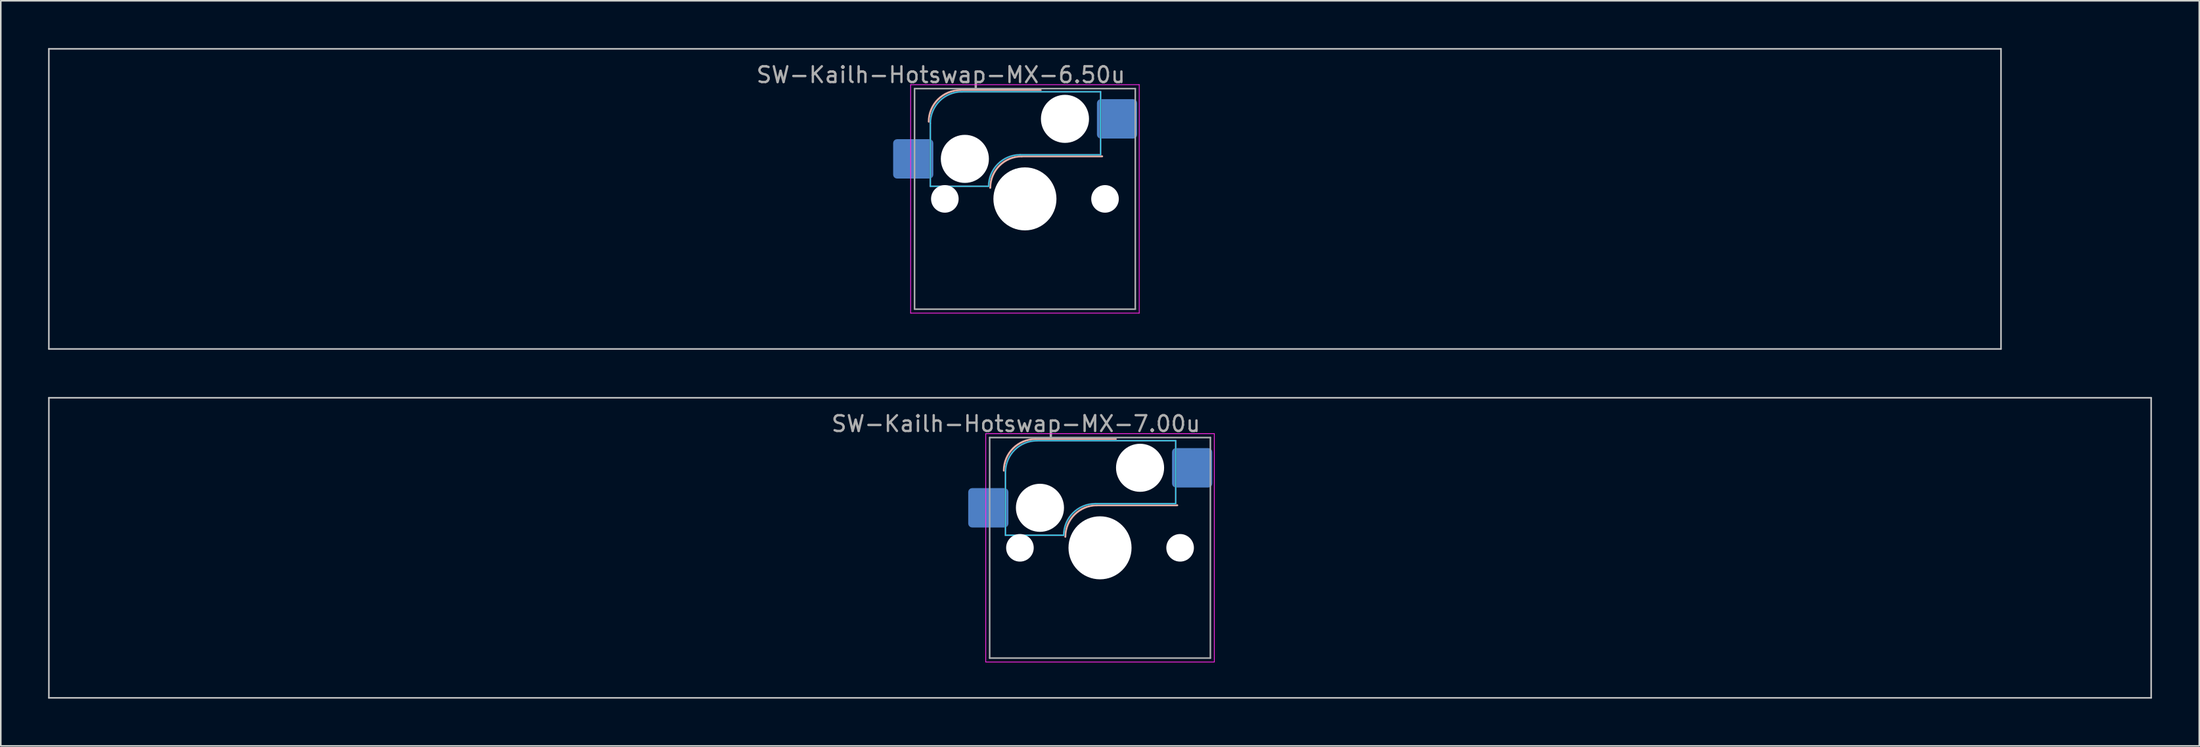
<source format=kicad_pcb>
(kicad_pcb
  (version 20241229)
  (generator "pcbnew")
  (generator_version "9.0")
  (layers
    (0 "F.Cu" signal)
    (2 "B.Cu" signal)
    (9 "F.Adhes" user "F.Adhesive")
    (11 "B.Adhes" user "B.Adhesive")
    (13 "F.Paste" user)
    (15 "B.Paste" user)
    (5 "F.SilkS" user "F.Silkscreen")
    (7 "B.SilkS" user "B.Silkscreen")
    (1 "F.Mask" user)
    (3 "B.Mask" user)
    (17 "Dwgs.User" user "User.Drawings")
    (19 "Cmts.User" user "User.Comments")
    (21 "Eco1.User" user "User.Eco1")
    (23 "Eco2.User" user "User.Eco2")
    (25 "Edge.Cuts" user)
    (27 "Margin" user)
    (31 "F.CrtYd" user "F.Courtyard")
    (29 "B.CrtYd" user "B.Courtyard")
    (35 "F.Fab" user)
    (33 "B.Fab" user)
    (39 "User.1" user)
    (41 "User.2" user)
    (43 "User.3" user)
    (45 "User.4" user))
  (footprint "SW-Kailh-Hotswap-MX-7.00u"
    (layer "F.Cu")
    (at 66.725 31.725)
    (property "Reference" "SW-Kailh-Hotswap-MX-7.00u" (at -5.334 -7.874 0) (layer "F.Fab") (effects (font (size 1 1) (thickness 0.15))))
    (attr smd)
    (fp_line (start -4.1 -6.9) (end 1 -6.9) (stroke (width 0.12) (type solid)) (layer "B.SilkS"))
    (fp_line (start -0.2 -2.7) (end 4.9 -2.7) (stroke (width 0.12) (type solid)) (layer "B.SilkS"))
    (fp_arc (start -6.1 -4.9) (mid -5.514214 -6.314214) (end -4.1 -6.9) (stroke (width 0.12) (type solid)) (layer "B.SilkS"))
    (fp_arc (start -2.2 -0.7) (mid -1.614214 -2.114214) (end -0.2 -2.7) (stroke (width 0.12) (type solid)) (layer "B.SilkS"))
    (fp_line (start -66.675 -9.525) (end -66.675 9.525) (stroke (width 0.1) (type solid)) (layer "Dwgs.User"))
    (fp_line (start -66.675 9.525) (end 66.675 9.525) (stroke (width 0.1) (type solid)) (layer "Dwgs.User"))
    (fp_line (start 66.675 -9.525) (end -66.675 -9.525) (stroke (width 0.1) (type solid)) (layer "Dwgs.User"))
    (fp_line (start 66.675 9.525) (end 66.675 -9.525) (stroke (width 0.1) (type solid)) (layer "Dwgs.User"))
    (fp_line (start -7.8 -6) (end -7 -6) (stroke (width 0.1) (type solid)) (layer "Eco1.User"))
    (fp_line (start -7.8 -2.9) (end -7.8 -6) (stroke (width 0.1) (type solid)) (layer "Eco1.User"))
    (fp_line (start -7.8 2.9) (end -7 2.9) (stroke (width 0.1) (type solid)) (layer "Eco1.User"))
    (fp_line (start -7.8 6) (end -7.8 2.9) (stroke (width 0.1) (type solid)) (layer "Eco1.User"))
    (fp_line (start -7 -7) (end 7 -7) (stroke (width 0.1) (type solid)) (layer "Eco1.User"))
    (fp_line (start -7 -6) (end -7 -7) (stroke (width 0.1) (type solid)) (layer "Eco1.User"))
    (fp_line (start -7 -2.9) (end -7.8 -2.9) (stroke (width 0.1) (type solid)) (layer "Eco1.User"))
    (fp_line (start -7 2.9) (end -7 -2.9) (stroke (width 0.1) (type solid)) (layer "Eco1.User"))
    (fp_line (start -7 6) (end -7.8 6) (stroke (width 0.1) (type solid)) (layer "Eco1.User"))
    (fp_line (start -7 7) (end -7 6) (stroke (width 0.1) (type solid)) (layer "Eco1.User"))
    (fp_line (start 7 -7) (end 7 -6) (stroke (width 0.1) (type solid)) (layer "Eco1.User"))
    (fp_line (start 7 -6) (end 7.8 -6) (stroke (width 0.1) (type solid)) (layer "Eco1.User"))
    (fp_line (start 7 -2.9) (end 7 2.9) (stroke (width 0.1) (type solid)) (layer "Eco1.User"))
    (fp_line (start 7 2.9) (end 7.8 2.9) (stroke (width 0.1) (type solid)) (layer "Eco1.User"))
    (fp_line (start 7 6) (end 7 7) (stroke (width 0.1) (type solid)) (layer "Eco1.User"))
    (fp_line (start 7 7) (end -7 7) (stroke (width 0.1) (type solid)) (layer "Eco1.User"))
    (fp_line (start 7.8 -6) (end 7.8 -2.9) (stroke (width 0.1) (type solid)) (layer "Eco1.User"))
    (fp_line (start 7.8 -2.9) (end 7 -2.9) (stroke (width 0.1) (type solid)) (layer "Eco1.User"))
    (fp_line (start 7.8 2.9) (end 7.8 6) (stroke (width 0.1) (type solid)) (layer "Eco1.User"))
    (fp_line (start 7.8 6) (end 7 6) (stroke (width 0.1) (type solid)) (layer "Eco1.User"))
    (fp_line (start -6 -0.8) (end -6 -4.8) (stroke (width 0.05) (type solid)) (layer "B.CrtYd"))
    (fp_line (start -6 -0.8) (end -2.3 -0.8) (stroke (width 0.05) (type solid)) (layer "B.CrtYd"))
    (fp_line (start -4 -6.8) (end 4.8 -6.8) (stroke (width 0.05) (type solid)) (layer "B.CrtYd"))
    (fp_line (start -0.3 -2.8) (end 4.8 -2.8) (stroke (width 0.05) (type solid)) (layer "B.CrtYd"))
    (fp_line (start 4.8 -6.8) (end 4.8 -2.8) (stroke (width 0.05) (type solid)) (layer "B.CrtYd"))
    (fp_arc (start -6 -4.8) (mid -5.414214 -6.214214) (end -4 -6.8) (stroke (width 0.05) (type solid)) (layer "B.CrtYd"))
    (fp_arc (start -2.3 -0.8) (mid -1.714214 -2.214214) (end -0.3 -2.8) (stroke (width 0.05) (type solid)) (layer "B.CrtYd"))
    (fp_line (start -7.25 -7.25) (end -7.25 7.25) (stroke (width 0.05) (type solid)) (layer "F.CrtYd"))
    (fp_line (start -7.25 7.25) (end 7.25 7.25) (stroke (width 0.05) (type solid)) (layer "F.CrtYd"))
    (fp_line (start 7.25 -7.25) (end -7.25 -7.25) (stroke (width 0.05) (type solid)) (layer "F.CrtYd"))
    (fp_line (start 7.25 7.25) (end 7.25 -7.25) (stroke (width 0.05) (type solid)) (layer "F.CrtYd"))
    (fp_line (start -6 -0.8) (end -6 -4.8) (stroke (width 0.12) (type solid)) (layer "B.Fab"))
    (fp_line (start -6 -0.8) (end -2.3 -0.8) (stroke (width 0.12) (type solid)) (layer "B.Fab"))
    (fp_line (start -4 -6.8) (end 4.8 -6.8) (stroke (width 0.12) (type solid)) (layer "B.Fab"))
    (fp_line (start -0.3 -2.8) (end 4.8 -2.8) (stroke (width 0.12) (type solid)) (layer "B.Fab"))
    (fp_line (start 4.8 -6.8) (end 4.8 -2.8) (stroke (width 0.12) (type solid)) (layer "B.Fab"))
    (fp_arc (start -6 -4.8) (mid -5.414214 -6.214214) (end -4 -6.8) (stroke (width 0.12) (type solid)) (layer "B.Fab"))
    (fp_arc (start -2.3 -0.8) (mid -1.714214 -2.214214) (end -0.3 -2.8) (stroke (width 0.12) (type solid)) (layer "B.Fab"))
    (fp_line (start -7 -7) (end -7 7) (stroke (width 0.1) (type solid)) (layer "F.Fab"))
    (fp_line (start -7 7) (end 7 7) (stroke (width 0.1) (type solid)) (layer "F.Fab"))
    (fp_line (start 7 -7) (end -7 -7) (stroke (width 0.1) (type solid)) (layer "F.Fab"))
    (fp_line (start 7 7) (end 7 -7) (stroke (width 0.1) (type solid)) (layer "F.Fab"))
    (pad "" np_thru_hole circle (at -5.08 0) (size 1.75 1.75) (drill 1.75) (layers "*.Cu" "*.Mask"))
    (pad "" np_thru_hole circle (at -3.81 -2.54) (size 3.05 3.05) (drill 3.05) (layers "*.Cu" "*.Mask"))
    (pad "" np_thru_hole circle (at 0 0) (size 4 4) (drill 4) (layers "*.Cu" "*.Mask"))
    (pad "" np_thru_hole circle (at 2.54 -5.08) (size 3.05 3.05) (drill 3.05) (layers "*.Cu" "*.Mask"))
    (pad "" np_thru_hole circle (at 5.08 0) (size 1.75 1.75) (drill 1.75) (layers "*.Cu" "*.Mask"))
    (pad "1" smd roundrect (at -7.085 -2.54) (size 2.55 2.5) (layers "B.Cu" "B.Mask" "B.Paste") (roundrect_rratio 0.1))
    (pad "2" smd roundrect (at 5.842 -5.08) (size 2.55 2.5) (layers "B.Cu" "B.Mask" "B.Paste") (roundrect_rratio 0.1)))
  (footprint "SW-Kailh-Hotswap-MX-6.50u"
    (layer "F.Cu")
    (at 61.962 9.575)
    (property "Reference" "SW-Kailh-Hotswap-MX-6.50u" (at -5.334 -7.874 0) (layer "F.Fab") (effects (font (size 1 1) (thickness 0.15))))
    (attr smd)
    (fp_line (start -4.1 -6.9) (end 1 -6.9) (stroke (width 0.12) (type solid)) (layer "B.SilkS"))
    (fp_line (start -0.2 -2.7) (end 4.9 -2.7) (stroke (width 0.12) (type solid)) (layer "B.SilkS"))
    (fp_arc (start -6.1 -4.9) (mid -5.514214 -6.314214) (end -4.1 -6.9) (stroke (width 0.12) (type solid)) (layer "B.SilkS"))
    (fp_arc (start -2.2 -0.7) (mid -1.614214 -2.114214) (end -0.2 -2.7) (stroke (width 0.12) (type solid)) (layer "B.SilkS"))
    (fp_line (start -61.913 -9.525) (end -61.913 9.525) (stroke (width 0.1) (type solid)) (layer "Dwgs.User"))
    (fp_line (start -61.913 9.525) (end 61.913 9.525) (stroke (width 0.1) (type solid)) (layer "Dwgs.User"))
    (fp_line (start 61.913 -9.525) (end -61.913 -9.525) (stroke (width 0.1) (type solid)) (layer "Dwgs.User"))
    (fp_line (start 61.913 9.525) (end 61.913 -9.525) (stroke (width 0.1) (type solid)) (layer "Dwgs.User"))
    (fp_line (start -7.8 -6) (end -7 -6) (stroke (width 0.1) (type solid)) (layer "Eco1.User"))
    (fp_line (start -7.8 -2.9) (end -7.8 -6) (stroke (width 0.1) (type solid)) (layer "Eco1.User"))
    (fp_line (start -7.8 2.9) (end -7 2.9) (stroke (width 0.1) (type solid)) (layer "Eco1.User"))
    (fp_line (start -7.8 6) (end -7.8 2.9) (stroke (width 0.1) (type solid)) (layer "Eco1.User"))
    (fp_line (start -7 -7) (end 7 -7) (stroke (width 0.1) (type solid)) (layer "Eco1.User"))
    (fp_line (start -7 -6) (end -7 -7) (stroke (width 0.1) (type solid)) (layer "Eco1.User"))
    (fp_line (start -7 -2.9) (end -7.8 -2.9) (stroke (width 0.1) (type solid)) (layer "Eco1.User"))
    (fp_line (start -7 2.9) (end -7 -2.9) (stroke (width 0.1) (type solid)) (layer "Eco1.User"))
    (fp_line (start -7 6) (end -7.8 6) (stroke (width 0.1) (type solid)) (layer "Eco1.User"))
    (fp_line (start -7 7) (end -7 6) (stroke (width 0.1) (type solid)) (layer "Eco1.User"))
    (fp_line (start 7 -7) (end 7 -6) (stroke (width 0.1) (type solid)) (layer "Eco1.User"))
    (fp_line (start 7 -6) (end 7.8 -6) (stroke (width 0.1) (type solid)) (layer "Eco1.User"))
    (fp_line (start 7 -2.9) (end 7 2.9) (stroke (width 0.1) (type solid)) (layer "Eco1.User"))
    (fp_line (start 7 2.9) (end 7.8 2.9) (stroke (width 0.1) (type solid)) (layer "Eco1.User"))
    (fp_line (start 7 6) (end 7 7) (stroke (width 0.1) (type solid)) (layer "Eco1.User"))
    (fp_line (start 7 7) (end -7 7) (stroke (width 0.1) (type solid)) (layer "Eco1.User"))
    (fp_line (start 7.8 -6) (end 7.8 -2.9) (stroke (width 0.1) (type solid)) (layer "Eco1.User"))
    (fp_line (start 7.8 -2.9) (end 7 -2.9) (stroke (width 0.1) (type solid)) (layer "Eco1.User"))
    (fp_line (start 7.8 2.9) (end 7.8 6) (stroke (width 0.1) (type solid)) (layer "Eco1.User"))
    (fp_line (start 7.8 6) (end 7 6) (stroke (width 0.1) (type solid)) (layer "Eco1.User"))
    (fp_line (start -6 -0.8) (end -6 -4.8) (stroke (width 0.05) (type solid)) (layer "B.CrtYd"))
    (fp_line (start -6 -0.8) (end -2.3 -0.8) (stroke (width 0.05) (type solid)) (layer "B.CrtYd"))
    (fp_line (start -4 -6.8) (end 4.8 -6.8) (stroke (width 0.05) (type solid)) (layer "B.CrtYd"))
    (fp_line (start -0.3 -2.8) (end 4.8 -2.8) (stroke (width 0.05) (type solid)) (layer "B.CrtYd"))
    (fp_line (start 4.8 -6.8) (end 4.8 -2.8) (stroke (width 0.05) (type solid)) (layer "B.CrtYd"))
    (fp_arc (start -6 -4.8) (mid -5.414214 -6.214214) (end -4 -6.8) (stroke (width 0.05) (type solid)) (layer "B.CrtYd"))
    (fp_arc (start -2.3 -0.8) (mid -1.714214 -2.214214) (end -0.3 -2.8) (stroke (width 0.05) (type solid)) (layer "B.CrtYd"))
    (fp_line (start -7.25 -7.25) (end -7.25 7.25) (stroke (width 0.05) (type solid)) (layer "F.CrtYd"))
    (fp_line (start -7.25 7.25) (end 7.25 7.25) (stroke (width 0.05) (type solid)) (layer "F.CrtYd"))
    (fp_line (start 7.25 -7.25) (end -7.25 -7.25) (stroke (width 0.05) (type solid)) (layer "F.CrtYd"))
    (fp_line (start 7.25 7.25) (end 7.25 -7.25) (stroke (width 0.05) (type solid)) (layer "F.CrtYd"))
    (fp_line (start -6 -0.8) (end -6 -4.8) (stroke (width 0.12) (type solid)) (layer "B.Fab"))
    (fp_line (start -6 -0.8) (end -2.3 -0.8) (stroke (width 0.12) (type solid)) (layer "B.Fab"))
    (fp_line (start -4 -6.8) (end 4.8 -6.8) (stroke (width 0.12) (type solid)) (layer "B.Fab"))
    (fp_line (start -0.3 -2.8) (end 4.8 -2.8) (stroke (width 0.12) (type solid)) (layer "B.Fab"))
    (fp_line (start 4.8 -6.8) (end 4.8 -2.8) (stroke (width 0.12) (type solid)) (layer "B.Fab"))
    (fp_arc (start -6 -4.8) (mid -5.414214 -6.214214) (end -4 -6.8) (stroke (width 0.12) (type solid)) (layer "B.Fab"))
    (fp_arc (start -2.3 -0.8) (mid -1.714214 -2.214214) (end -0.3 -2.8) (stroke (width 0.12) (type solid)) (layer "B.Fab"))
    (fp_line (start -7 -7) (end -7 7) (stroke (width 0.1) (type solid)) (layer "F.Fab"))
    (fp_line (start -7 7) (end 7 7) (stroke (width 0.1) (type solid)) (layer "F.Fab"))
    (fp_line (start 7 -7) (end -7 -7) (stroke (width 0.1) (type solid)) (layer "F.Fab"))
    (fp_line (start 7 7) (end 7 -7) (stroke (width 0.1) (type solid)) (layer "F.Fab"))
    (pad "" np_thru_hole circle (at -5.08 0) (size 1.75 1.75) (drill 1.75) (layers "*.Cu" "*.Mask"))
    (pad "" np_thru_hole circle (at -3.81 -2.54) (size 3.05 3.05) (drill 3.05) (layers "*.Cu" "*.Mask"))
    (pad "" np_thru_hole circle (at 0 0) (size 4 4) (drill 4) (layers "*.Cu" "*.Mask"))
    (pad "" np_thru_hole circle (at 2.54 -5.08) (size 3.05 3.05) (drill 3.05) (layers "*.Cu" "*.Mask"))
    (pad "" np_thru_hole circle (at 5.08 0) (size 1.75 1.75) (drill 1.75) (layers "*.Cu" "*.Mask"))
    (pad "1" smd roundrect (at -7.085 -2.54) (size 2.55 2.5) (layers "B.Cu" "B.Mask" "B.Paste") (roundrect_rratio 0.1))
    (pad "2" smd roundrect (at 5.842 -5.08) (size 2.55 2.5) (layers "B.Cu" "B.Mask" "B.Paste") (roundrect_rratio 0.1)))
  (gr_rect
    (start -3 -3)
    (end 136.45 44.3)
    (stroke (width 0.1) (type default))
    (fill no)
    (layer "Edge.Cuts")))
</source>
